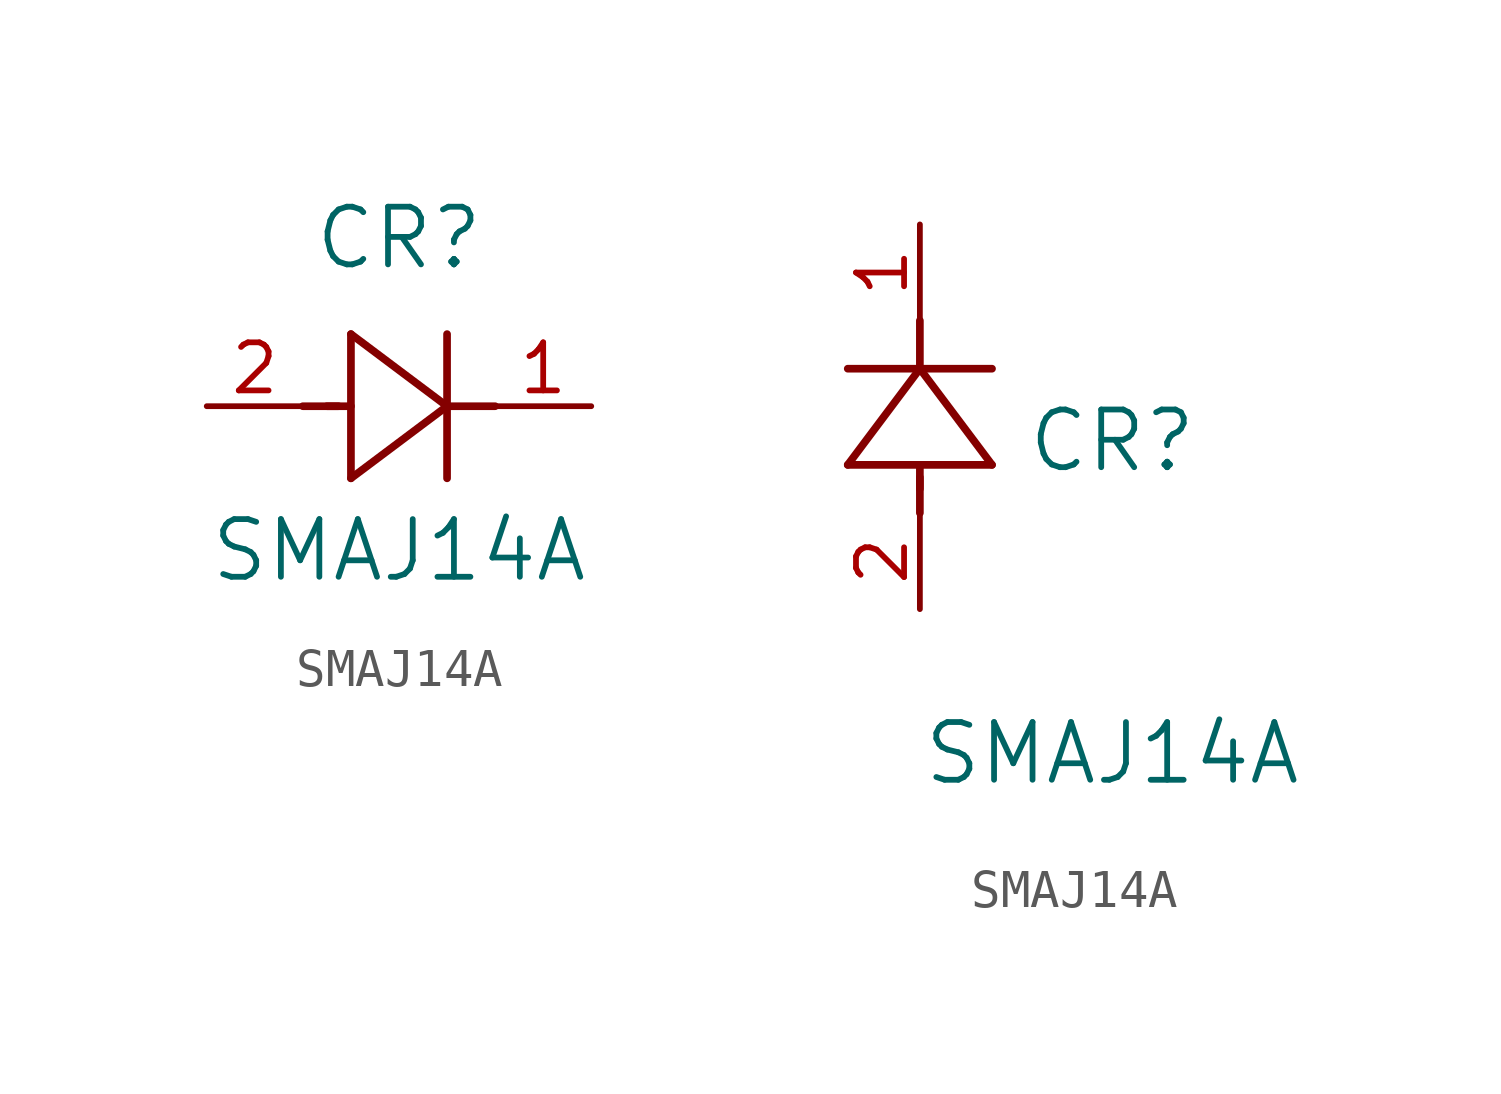
<source format=kicad_sym>
(kicad_symbol_lib
  (version 20241209)
  (generator "kicad_symbol_editor")
  (generator_version "9.0")
  (symbol "SMAJ14A"
    (pin_names
      (offset 0.254))
    (property "Reference" "CR"
      (at 5.08 4.445 0)
      (effects (font (size 1.524 1.524))))
    (property "Value" "SMAJ14A"
      (at 5.08 -3.81 0)
      (effects (font (size 1.524 1.524))))
    (symbol "SMAJ14A_1_1"
      (polyline (pts (xy 2.54 0) (xy 3.48 0)) (stroke (width 0.203) (type default)) (fill (type none)))
      (polyline (pts (xy 3.175 0) (xy 3.81 0)) (stroke (width 0.203) (type default)) (fill (type none)))
      (polyline (pts (xy 3.81 1.905) (xy 3.81 -1.905)) (stroke (width 0.203) (type default)) (fill (type none)))
      (polyline (pts (xy 3.81 -1.905) (xy 6.35 0)) (stroke (width 0.203) (type default)) (fill (type none)))
      (polyline (pts (xy 6.35 0) (xy 3.81 1.905)) (stroke (width 0.203) (type default)) (fill (type none)))
      (polyline (pts (xy 6.35 0) (xy 7.62 0)) (stroke (width 0.203) (type default)) (fill (type none)))
      (polyline (pts (xy 6.35 -1.905) (xy 6.35 1.905)) (stroke (width 0.203) (type default)) (fill (type none)))
      (pin passive line (at 0 0 0) (length 2.54) (name "" (effects (font (size 1.27 1.27)))) (number "2" (effects (font (size 1.27 1.27)))))
      (pin passive line (at 10.16 0 180) (length 2.54) (name "" (effects (font (size 1.27 1.27)))) (number "1" (effects (font (size 1.27 1.27))))))
    (symbol "SMAJ14A_1_2"
      (polyline (pts (xy -1.905 3.81) (xy 1.905 3.81)) (stroke (width 0.203) (type default)) (fill (type none)))
      (polyline (pts (xy 0 6.35) (xy -1.905 3.81)) (stroke (width 0.203) (type default)) (fill (type none)))
      (polyline (pts (xy 0 6.35) (xy 0 7.62)) (stroke (width 0.203) (type default)) (fill (type none)))
      (polyline (pts (xy 0 3.175) (xy 0 3.81)) (stroke (width 0.203) (type default)) (fill (type none)))
      (polyline (pts (xy 0 2.54) (xy 0 3.48)) (stroke (width 0.203) (type default)) (fill (type none)))
      (polyline (pts (xy 1.905 6.35) (xy -1.905 6.35)) (stroke (width 0.203) (type default)) (fill (type none)))
      (polyline (pts (xy 1.905 3.81) (xy 0 6.35)) (stroke (width 0.203) (type default)) (fill (type none)))
      (pin unspecified line (at 0 10.16 270) (length 2.54) (name "" (effects (font (size 1.27 1.27)))) (number "1" (effects (font (size 1.27 1.27)))))
      (pin unspecified line (at 0 0 90) (length 2.54) (name "" (effects (font (size 1.27 1.27)))) (number "2" (effects (font (size 1.27 1.27))))))))
</source>
